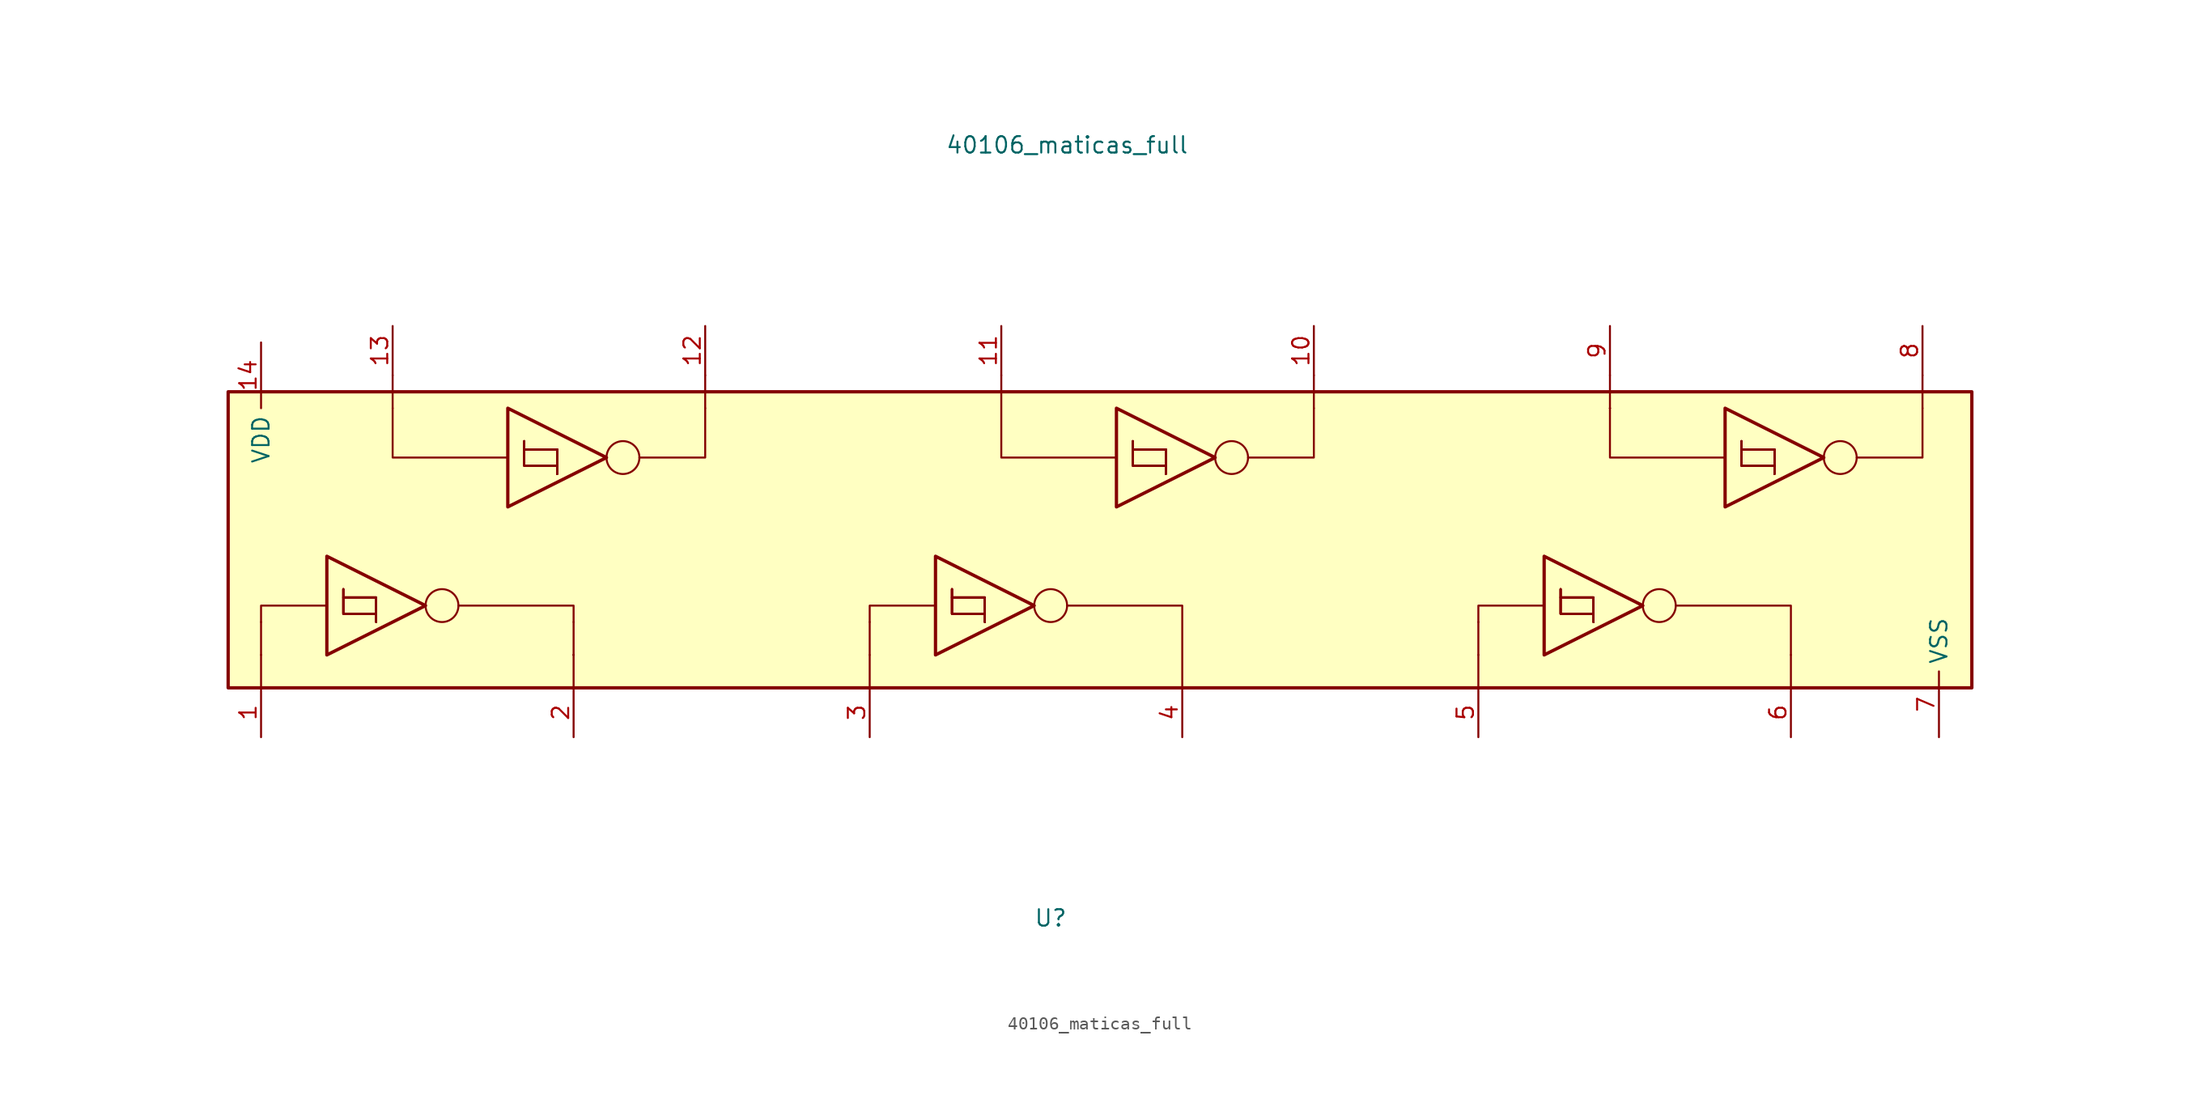
<source format=kicad_sym>
(kicad_symbol_lib
  (version 20211014)
  (generator kicad_symbol_editor)
  (symbol "40106_maticas_full"
    (property "Reference" "U"
      (at 0 -27.94 0)
      (effects (font (size 1.27 1.27))))
    (property "Value" "40106_maticas_full"
      (at 1.27 31.75 0)
      (effects (font (size 1.27 1.27))))
    (symbol "40106_maticas_full_0_1"
      (circle (center -46.99 -3.81) (radius 1.27) (stroke (width 0) (type default) (color 0 0 0 0)) (fill (type none)))
      (rectangle (start -36.83 -7.62) (end -36.83 -7.62) (stroke (width 0) (type default) (color 0 0 0 0)) (fill (type none)))
      (rectangle (start -36.83 -7.62) (end -36.83 -7.62) (stroke (width 0) (type default) (color 0 0 0 0)) (fill (type none)))
      (circle (center -33.02 7.62) (radius 1.27) (stroke (width 0) (type default) (color 0 0 0 0)) (fill (type none)))
      (circle (center 0 -3.81) (radius 1.27) (stroke (width 0) (type default) (color 0 0 0 0)) (fill (type none)))
      (polyline (pts (xy -60.96 -5.08) (xy -60.96 -7.62)) (stroke (width 0) (type default) (color 0 0 0 0)) (fill (type none)))
      (polyline (pts (xy -50.8 11.43) (xy -50.8 13.97)) (stroke (width 0) (type default) (color 0 0 0 0)) (fill (type none)))
      (polyline (pts (xy -36.83 -7.62) (xy -36.83 -5.08)) (stroke (width 0) (type default) (color 0 0 0 0)) (fill (type none)))
      (polyline (pts (xy -26.67 11.43) (xy -26.67 13.97)) (stroke (width 0) (type default) (color 0 0 0 0)) (fill (type none)))
      (polyline (pts (xy -13.97 -7.62) (xy -13.97 -10.16)) (stroke (width 0) (type default) (color 0 0 0 0)) (fill (type none)))
      (polyline (pts (xy -13.97 -5.08) (xy -13.97 -7.62)) (stroke (width 0) (type default) (color 0 0 0 0)) (fill (type none)))
      (polyline (pts (xy 20.32 11.43) (xy 20.32 13.97)) (stroke (width 0) (type default) (color 0 0 0 0)) (fill (type none)))
      (polyline (pts (xy 33.02 -7.62) (xy 33.02 -10.16)) (stroke (width 0) (type default) (color 0 0 0 0)) (fill (type none)))
      (polyline (pts (xy 33.02 -5.08) (xy 33.02 -7.62)) (stroke (width 0) (type default) (color 0 0 0 0)) (fill (type none)))
      (polyline (pts (xy 57.15 -7.62) (xy 57.15 -10.16)) (stroke (width 0) (type default) (color 0 0 0 0)) (fill (type none)))
      (polyline (pts (xy -60.96 -7.62) (xy -60.96 -10.16) (xy -60.96 -8.89)) (stroke (width 0) (type default) (color 0 0 0 0)) (fill (type none)))
      (polyline (pts (xy -55.88 -3.81) (xy -60.96 -3.81) (xy -60.96 -5.08)) (stroke (width 0) (type default) (color 0 0 0 0)) (fill (type none)))
      (polyline (pts (xy -36.83 -7.62) (xy -36.83 -10.16) (xy -36.83 -8.89)) (stroke (width 0) (type default) (color 0 0 0 0)) (fill (type none)))
      (polyline (pts (xy -36.83 -5.08) (xy -36.83 -3.81) (xy -45.72 -3.81)) (stroke (width 0) (type default) (color 0 0 0 0)) (fill (type none)))
      (polyline (pts (xy -8.89 -3.81) (xy -13.97 -3.81) (xy -13.97 -5.08)) (stroke (width 0) (type default) (color 0 0 0 0)) (fill (type none)))
      (polyline (pts (xy -3.81 13.97) (xy -3.81 7.62) (xy 5.08 7.62)) (stroke (width 0) (type default) (color 0 0 0 0)) (fill (type none)))
      (polyline (pts (xy 10.16 -10.16) (xy 10.16 -3.81) (xy 1.27 -3.81)) (stroke (width 0) (type default) (color 0 0 0 0)) (fill (type none)))
      (polyline (pts (xy 38.1 -3.81) (xy 33.02 -3.81) (xy 33.02 -5.08)) (stroke (width 0) (type default) (color 0 0 0 0)) (fill (type none)))
      (polyline (pts (xy 43.18 11.43) (xy 43.18 13.97) (xy 43.18 12.7)) (stroke (width 0) (type default) (color 0 0 0 0)) (fill (type none)))
      (polyline (pts (xy 67.31 11.43) (xy 67.31 13.97) (xy 67.31 12.7)) (stroke (width 0) (type default) (color 0 0 0 0)) (fill (type none)))
      (polyline (pts (xy -41.91 7.62) (xy -50.8 7.62) (xy -50.8 11.43) (xy -50.8 10.16)) (stroke (width 0) (type default) (color 0 0 0 0)) (fill (type none)))
      (polyline (pts (xy -31.75 7.62) (xy -26.67 7.62) (xy -26.67 11.43) (xy -26.67 10.16)) (stroke (width 0) (type default) (color 0 0 0 0)) (fill (type none)))
      (polyline (pts (xy 20.32 11.43) (xy 20.32 7.62) (xy 15.24 7.62) (xy 16.51 7.62)) (stroke (width 0) (type default) (color 0 0 0 0)) (fill (type none)))
      (polyline (pts (xy 43.18 11.43) (xy 43.18 7.62) (xy 52.07 7.62) (xy 50.8 7.62)) (stroke (width 0) (type default) (color 0 0 0 0)) (fill (type none)))
      (polyline (pts (xy 57.15 -7.62) (xy 57.15 -3.81) (xy 48.26 -3.81) (xy 49.53 -3.81)) (stroke (width 0) (type default) (color 0 0 0 0)) (fill (type none)))
      (polyline (pts (xy 62.23 7.62) (xy 67.31 7.62) (xy 67.31 11.43) (xy 67.31 8.89)) (stroke (width 0) (type default) (color 0 0 0 0)) (fill (type none)))
      (circle (center 13.97 7.62) (radius 1.27) (stroke (width 0) (type default) (color 0 0 0 0)) (fill (type none)))
      (rectangle (start 43.18 11.43) (end 43.18 11.43) (stroke (width 0) (type default) (color 0 0 0 0)) (fill (type none)))
      (rectangle (start 43.18 11.43) (end 43.18 11.43) (stroke (width 0) (type default) (color 0 0 0 0)) (fill (type none)))
      (circle (center 46.99 -3.81) (radius 1.27) (stroke (width 0) (type default) (color 0 0 0 0)) (fill (type none)))
      (circle (center 60.96 7.62) (radius 1.27) (stroke (width 0) (type default) (color 0 0 0 0)) (fill (type none))))
    (symbol "40106_maticas_full_1_0"
      (polyline (pts (xy -52.07 -4.445) (xy -54.61 -4.445) (xy -54.61 -3.175)) (stroke (width 0) (type default) (color 0 0 0 0)) (fill (type none)))
      (polyline (pts (xy -52.07 -4.445) (xy -54.61 -4.445) (xy -54.61 -3.175)) (stroke (width 0) (type default) (color 0 0 0 0)) (fill (type none)))
      (polyline (pts (xy -52.07 -4.445) (xy -54.61 -4.445) (xy -54.61 -3.175)) (stroke (width 0) (type default) (color 0 0 0 0)) (fill (type none)))
      (polyline (pts (xy -52.07 -4.445) (xy -54.61 -4.445) (xy -54.61 -3.175)) (stroke (width 0) (type default) (color 0 0 0 0)) (fill (type none)))
      (polyline (pts (xy -52.07 -4.445) (xy -54.61 -4.445) (xy -54.61 -3.175)) (stroke (width 0) (type default) (color 0 0 0 0)) (fill (type none)))
      (polyline (pts (xy -52.07 -4.445) (xy -54.61 -4.445) (xy -54.61 -3.175)) (stroke (width 0) (type default) (color 0 0 0 0)) (fill (type none)))
      (polyline (pts (xy -38.1 6.985) (xy -40.64 6.985) (xy -40.64 8.255)) (stroke (width 0) (type default) (color 0 0 0 0)) (fill (type none)))
      (polyline (pts (xy -38.1 6.985) (xy -40.64 6.985) (xy -40.64 8.255)) (stroke (width 0) (type default) (color 0 0 0 0)) (fill (type none)))
      (polyline (pts (xy -38.1 6.985) (xy -40.64 6.985) (xy -40.64 8.255)) (stroke (width 0) (type default) (color 0 0 0 0)) (fill (type none)))
      (polyline (pts (xy -38.1 6.985) (xy -40.64 6.985) (xy -40.64 8.255)) (stroke (width 0) (type default) (color 0 0 0 0)) (fill (type none)))
      (polyline (pts (xy -38.1 6.985) (xy -40.64 6.985) (xy -40.64 8.255)) (stroke (width 0) (type default) (color 0 0 0 0)) (fill (type none)))
      (polyline (pts (xy -38.1 6.985) (xy -40.64 6.985) (xy -40.64 8.255)) (stroke (width 0) (type default) (color 0 0 0 0)) (fill (type none)))
      (polyline (pts (xy -5.08 -4.445) (xy -7.62 -4.445) (xy -7.62 -3.175)) (stroke (width 0) (type default) (color 0 0 0 0)) (fill (type none)))
      (polyline (pts (xy -5.08 -4.445) (xy -7.62 -4.445) (xy -7.62 -3.175)) (stroke (width 0) (type default) (color 0 0 0 0)) (fill (type none)))
      (polyline (pts (xy -5.08 -4.445) (xy -7.62 -4.445) (xy -7.62 -3.175)) (stroke (width 0) (type default) (color 0 0 0 0)) (fill (type none)))
      (polyline (pts (xy -5.08 -4.445) (xy -7.62 -4.445) (xy -7.62 -3.175)) (stroke (width 0) (type default) (color 0 0 0 0)) (fill (type none)))
      (polyline (pts (xy -5.08 -4.445) (xy -7.62 -4.445) (xy -7.62 -3.175)) (stroke (width 0) (type default) (color 0 0 0 0)) (fill (type none)))
      (polyline (pts (xy -5.08 -4.445) (xy -7.62 -4.445) (xy -7.62 -3.175)) (stroke (width 0) (type default) (color 0 0 0 0)) (fill (type none)))
      (polyline (pts (xy 8.89 6.985) (xy 6.35 6.985) (xy 6.35 8.255)) (stroke (width 0) (type default) (color 0 0 0 0)) (fill (type none)))
      (polyline (pts (xy 8.89 6.985) (xy 6.35 6.985) (xy 6.35 8.255)) (stroke (width 0) (type default) (color 0 0 0 0)) (fill (type none)))
      (polyline (pts (xy 8.89 6.985) (xy 6.35 6.985) (xy 6.35 8.255)) (stroke (width 0) (type default) (color 0 0 0 0)) (fill (type none)))
      (polyline (pts (xy 8.89 6.985) (xy 6.35 6.985) (xy 6.35 8.255)) (stroke (width 0) (type default) (color 0 0 0 0)) (fill (type none)))
      (polyline (pts (xy 8.89 6.985) (xy 6.35 6.985) (xy 6.35 8.255)) (stroke (width 0) (type default) (color 0 0 0 0)) (fill (type none)))
      (polyline (pts (xy 8.89 6.985) (xy 6.35 6.985) (xy 6.35 8.255)) (stroke (width 0) (type default) (color 0 0 0 0)) (fill (type none)))
      (polyline (pts (xy 41.91 -4.445) (xy 39.37 -4.445) (xy 39.37 -3.175)) (stroke (width 0) (type default) (color 0 0 0 0)) (fill (type none)))
      (polyline (pts (xy 41.91 -4.445) (xy 39.37 -4.445) (xy 39.37 -3.175)) (stroke (width 0) (type default) (color 0 0 0 0)) (fill (type none)))
      (polyline (pts (xy 41.91 -4.445) (xy 39.37 -4.445) (xy 39.37 -3.175)) (stroke (width 0) (type default) (color 0 0 0 0)) (fill (type none)))
      (polyline (pts (xy 41.91 -4.445) (xy 39.37 -4.445) (xy 39.37 -3.175)) (stroke (width 0) (type default) (color 0 0 0 0)) (fill (type none)))
      (polyline (pts (xy 41.91 -4.445) (xy 39.37 -4.445) (xy 39.37 -3.175)) (stroke (width 0) (type default) (color 0 0 0 0)) (fill (type none)))
      (polyline (pts (xy 41.91 -4.445) (xy 39.37 -4.445) (xy 39.37 -3.175)) (stroke (width 0) (type default) (color 0 0 0 0)) (fill (type none)))
      (polyline (pts (xy 55.88 6.985) (xy 53.34 6.985) (xy 53.34 8.255)) (stroke (width 0) (type default) (color 0 0 0 0)) (fill (type none)))
      (polyline (pts (xy 55.88 6.985) (xy 53.34 6.985) (xy 53.34 8.255)) (stroke (width 0) (type default) (color 0 0 0 0)) (fill (type none)))
      (polyline (pts (xy 55.88 6.985) (xy 53.34 6.985) (xy 53.34 8.255)) (stroke (width 0) (type default) (color 0 0 0 0)) (fill (type none)))
      (polyline (pts (xy 55.88 6.985) (xy 53.34 6.985) (xy 53.34 8.255)) (stroke (width 0) (type default) (color 0 0 0 0)) (fill (type none)))
      (polyline (pts (xy 55.88 6.985) (xy 53.34 6.985) (xy 53.34 8.255)) (stroke (width 0) (type default) (color 0 0 0 0)) (fill (type none)))
      (polyline (pts (xy 55.88 6.985) (xy 53.34 6.985) (xy 53.34 8.255)) (stroke (width 0) (type default) (color 0 0 0 0)) (fill (type none)))
      (polyline (pts (xy -55.88 0) (xy -55.88 -7.62) (xy -48.26 -3.81) (xy -55.88 0)) (stroke (width 0.254) (type default) (color 0 0 0 0)) (fill (type background)))
      (polyline (pts (xy -52.07 -5.08) (xy -52.07 -3.175) (xy -54.61 -3.175) (xy -54.61 -2.54)) (stroke (width 0) (type default) (color 0 0 0 0)) (fill (type none)))
      (polyline (pts (xy -52.07 -5.08) (xy -52.07 -3.175) (xy -54.61 -3.175) (xy -54.61 -2.54)) (stroke (width 0) (type default) (color 0 0 0 0)) (fill (type none)))
      (polyline (pts (xy -52.07 -5.08) (xy -52.07 -3.175) (xy -54.61 -3.175) (xy -54.61 -2.54)) (stroke (width 0) (type default) (color 0 0 0 0)) (fill (type none)))
      (polyline (pts (xy -52.07 -5.08) (xy -52.07 -3.175) (xy -54.61 -3.175) (xy -54.61 -2.54)) (stroke (width 0) (type default) (color 0 0 0 0)) (fill (type none)))
      (polyline (pts (xy -52.07 -5.08) (xy -52.07 -3.175) (xy -54.61 -3.175) (xy -54.61 -2.54)) (stroke (width 0) (type default) (color 0 0 0 0)) (fill (type none)))
      (polyline (pts (xy -52.07 -5.08) (xy -52.07 -3.175) (xy -54.61 -3.175) (xy -54.61 -2.54)) (stroke (width 0) (type default) (color 0 0 0 0)) (fill (type none)))
      (polyline (pts (xy -41.91 11.43) (xy -41.91 3.81) (xy -34.29 7.62) (xy -41.91 11.43)) (stroke (width 0.254) (type default) (color 0 0 0 0)) (fill (type background)))
      (polyline (pts (xy -38.1 6.35) (xy -38.1 8.255) (xy -40.64 8.255) (xy -40.64 8.89)) (stroke (width 0) (type default) (color 0 0 0 0)) (fill (type none)))
      (polyline (pts (xy -38.1 6.35) (xy -38.1 8.255) (xy -40.64 8.255) (xy -40.64 8.89)) (stroke (width 0) (type default) (color 0 0 0 0)) (fill (type none)))
      (polyline (pts (xy -38.1 6.35) (xy -38.1 8.255) (xy -40.64 8.255) (xy -40.64 8.89)) (stroke (width 0) (type default) (color 0 0 0 0)) (fill (type none)))
      (polyline (pts (xy -38.1 6.35) (xy -38.1 8.255) (xy -40.64 8.255) (xy -40.64 8.89)) (stroke (width 0) (type default) (color 0 0 0 0)) (fill (type none)))
      (polyline (pts (xy -38.1 6.35) (xy -38.1 8.255) (xy -40.64 8.255) (xy -40.64 8.89)) (stroke (width 0) (type default) (color 0 0 0 0)) (fill (type none)))
      (polyline (pts (xy -38.1 6.35) (xy -38.1 8.255) (xy -40.64 8.255) (xy -40.64 8.89)) (stroke (width 0) (type default) (color 0 0 0 0)) (fill (type none)))
      (polyline (pts (xy -8.89 0) (xy -8.89 -7.62) (xy -1.27 -3.81) (xy -8.89 0)) (stroke (width 0.254) (type default) (color 0 0 0 0)) (fill (type background)))
      (polyline (pts (xy -5.08 -5.08) (xy -5.08 -3.175) (xy -7.62 -3.175) (xy -7.62 -2.54)) (stroke (width 0) (type default) (color 0 0 0 0)) (fill (type none)))
      (polyline (pts (xy -5.08 -5.08) (xy -5.08 -3.175) (xy -7.62 -3.175) (xy -7.62 -2.54)) (stroke (width 0) (type default) (color 0 0 0 0)) (fill (type none)))
      (polyline (pts (xy -5.08 -5.08) (xy -5.08 -3.175) (xy -7.62 -3.175) (xy -7.62 -2.54)) (stroke (width 0) (type default) (color 0 0 0 0)) (fill (type none)))
      (polyline (pts (xy -5.08 -5.08) (xy -5.08 -3.175) (xy -7.62 -3.175) (xy -7.62 -2.54)) (stroke (width 0) (type default) (color 0 0 0 0)) (fill (type none)))
      (polyline (pts (xy -5.08 -5.08) (xy -5.08 -3.175) (xy -7.62 -3.175) (xy -7.62 -2.54)) (stroke (width 0) (type default) (color 0 0 0 0)) (fill (type none)))
      (polyline (pts (xy -5.08 -5.08) (xy -5.08 -3.175) (xy -7.62 -3.175) (xy -7.62 -2.54)) (stroke (width 0) (type default) (color 0 0 0 0)) (fill (type none)))
      (polyline (pts (xy 5.08 11.43) (xy 5.08 3.81) (xy 12.7 7.62) (xy 5.08 11.43)) (stroke (width 0.254) (type default) (color 0 0 0 0)) (fill (type background)))
      (polyline (pts (xy 8.89 6.35) (xy 8.89 8.255) (xy 6.35 8.255) (xy 6.35 8.89)) (stroke (width 0) (type default) (color 0 0 0 0)) (fill (type none)))
      (polyline (pts (xy 8.89 6.35) (xy 8.89 8.255) (xy 6.35 8.255) (xy 6.35 8.89)) (stroke (width 0) (type default) (color 0 0 0 0)) (fill (type none)))
      (polyline (pts (xy 8.89 6.35) (xy 8.89 8.255) (xy 6.35 8.255) (xy 6.35 8.89)) (stroke (width 0) (type default) (color 0 0 0 0)) (fill (type none)))
      (polyline (pts (xy 8.89 6.35) (xy 8.89 8.255) (xy 6.35 8.255) (xy 6.35 8.89)) (stroke (width 0) (type default) (color 0 0 0 0)) (fill (type none)))
      (polyline (pts (xy 8.89 6.35) (xy 8.89 8.255) (xy 6.35 8.255) (xy 6.35 8.89)) (stroke (width 0) (type default) (color 0 0 0 0)) (fill (type none)))
      (polyline (pts (xy 8.89 6.35) (xy 8.89 8.255) (xy 6.35 8.255) (xy 6.35 8.89)) (stroke (width 0) (type default) (color 0 0 0 0)) (fill (type none)))
      (polyline (pts (xy 38.1 0) (xy 38.1 -7.62) (xy 45.72 -3.81) (xy 38.1 0)) (stroke (width 0.254) (type default) (color 0 0 0 0)) (fill (type background)))
      (polyline (pts (xy 41.91 -5.08) (xy 41.91 -3.175) (xy 39.37 -3.175) (xy 39.37 -2.54)) (stroke (width 0) (type default) (color 0 0 0 0)) (fill (type none)))
      (polyline (pts (xy 41.91 -5.08) (xy 41.91 -3.175) (xy 39.37 -3.175) (xy 39.37 -2.54)) (stroke (width 0) (type default) (color 0 0 0 0)) (fill (type none)))
      (polyline (pts (xy 41.91 -5.08) (xy 41.91 -3.175) (xy 39.37 -3.175) (xy 39.37 -2.54)) (stroke (width 0) (type default) (color 0 0 0 0)) (fill (type none)))
      (polyline (pts (xy 41.91 -5.08) (xy 41.91 -3.175) (xy 39.37 -3.175) (xy 39.37 -2.54)) (stroke (width 0) (type default) (color 0 0 0 0)) (fill (type none)))
      (polyline (pts (xy 41.91 -5.08) (xy 41.91 -3.175) (xy 39.37 -3.175) (xy 39.37 -2.54)) (stroke (width 0) (type default) (color 0 0 0 0)) (fill (type none)))
      (polyline (pts (xy 41.91 -5.08) (xy 41.91 -3.175) (xy 39.37 -3.175) (xy 39.37 -2.54)) (stroke (width 0) (type default) (color 0 0 0 0)) (fill (type none)))
      (polyline (pts (xy 52.07 11.43) (xy 52.07 3.81) (xy 59.69 7.62) (xy 52.07 11.43)) (stroke (width 0.254) (type default) (color 0 0 0 0)) (fill (type background)))
      (polyline (pts (xy 55.88 6.35) (xy 55.88 8.255) (xy 53.34 8.255) (xy 53.34 8.89)) (stroke (width 0) (type default) (color 0 0 0 0)) (fill (type none)))
      (polyline (pts (xy 55.88 6.35) (xy 55.88 8.255) (xy 53.34 8.255) (xy 53.34 8.89)) (stroke (width 0) (type default) (color 0 0 0 0)) (fill (type none)))
      (polyline (pts (xy 55.88 6.35) (xy 55.88 8.255) (xy 53.34 8.255) (xy 53.34 8.89)) (stroke (width 0) (type default) (color 0 0 0 0)) (fill (type none)))
      (polyline (pts (xy 55.88 6.35) (xy 55.88 8.255) (xy 53.34 8.255) (xy 53.34 8.89)) (stroke (width 0) (type default) (color 0 0 0 0)) (fill (type none)))
      (polyline (pts (xy 55.88 6.35) (xy 55.88 8.255) (xy 53.34 8.255) (xy 53.34 8.89)) (stroke (width 0) (type default) (color 0 0 0 0)) (fill (type none)))
      (polyline (pts (xy 55.88 6.35) (xy 55.88 8.255) (xy 53.34 8.255) (xy 53.34 8.89)) (stroke (width 0) (type default) (color 0 0 0 0)) (fill (type none)))
      (pin input line (at -60.96 -13.97 90) (length 3.81) (name "~" (effects (font (size 1.27 1.27)))) (number "1" (effects (font (size 1.27 1.27)))))
      (pin input line (at 20.32 17.78 270) (length 3.81) (name "~" (effects (font (size 1.27 1.27)))) (number "10" (effects (font (size 1.27 1.27)))))
      (pin output line (at -3.81 17.78 270) (length 3.81) (name "~" (effects (font (size 1.27 1.27)))) (number "11" (effects (font (size 1.27 1.27)))))
      (pin input line (at -26.67 17.78 270) (length 3.81) (name "~" (effects (font (size 1.27 1.27)))) (number "12" (effects (font (size 1.27 1.27)))))
      (pin output line (at -50.8 17.78 270) (length 3.81) (name "~" (effects (font (size 1.27 1.27)))) (number "13" (effects (font (size 1.27 1.27)))))
      (pin power_in line (at -60.96 16.51 270) (length 5.08) (name "VDD" (effects (font (size 1.27 1.27)))) (number "14" (effects (font (size 1.27 1.27)))))
      (pin output line (at -36.83 -13.97 90) (length 3.81) (name "~" (effects (font (size 1.27 1.27)))) (number "2" (effects (font (size 1.27 1.27)))))
      (pin input line (at -13.97 -13.97 90) (length 3.81) (name "~" (effects (font (size 1.27 1.27)))) (number "3" (effects (font (size 1.27 1.27)))))
      (pin output line (at 10.16 -13.97 90) (length 3.81) (name "~" (effects (font (size 1.27 1.27)))) (number "4" (effects (font (size 1.27 1.27)))))
      (pin input line (at 33.02 -13.97 90) (length 3.81) (name "~" (effects (font (size 1.27 1.27)))) (number "5" (effects (font (size 1.27 1.27)))))
      (pin output line (at 57.15 -13.97 90) (length 3.81) (name "~" (effects (font (size 1.27 1.27)))) (number "6" (effects (font (size 1.27 1.27)))))
      (pin power_in line (at 68.58 -13.97 90) (length 5.08) (name "VSS" (effects (font (size 1.27 1.27)))) (number "7" (effects (font (size 1.27 1.27)))))
      (pin input line (at 67.31 17.78 270) (length 3.81) (name "~" (effects (font (size 1.27 1.27)))) (number "8" (effects (font (size 1.27 1.27)))))
      (pin output line (at 43.18 17.78 270) (length 3.81) (name "~" (effects (font (size 1.27 1.27)))) (number "9" (effects (font (size 1.27 1.27))))))
    (symbol "40106_maticas_full_1_1"
      (rectangle (start -63.5 12.7) (end 71.12 -10.16) (stroke (width 0.254) (type default) (color 0 0 0 0)) (fill (type background))))))
</source>
